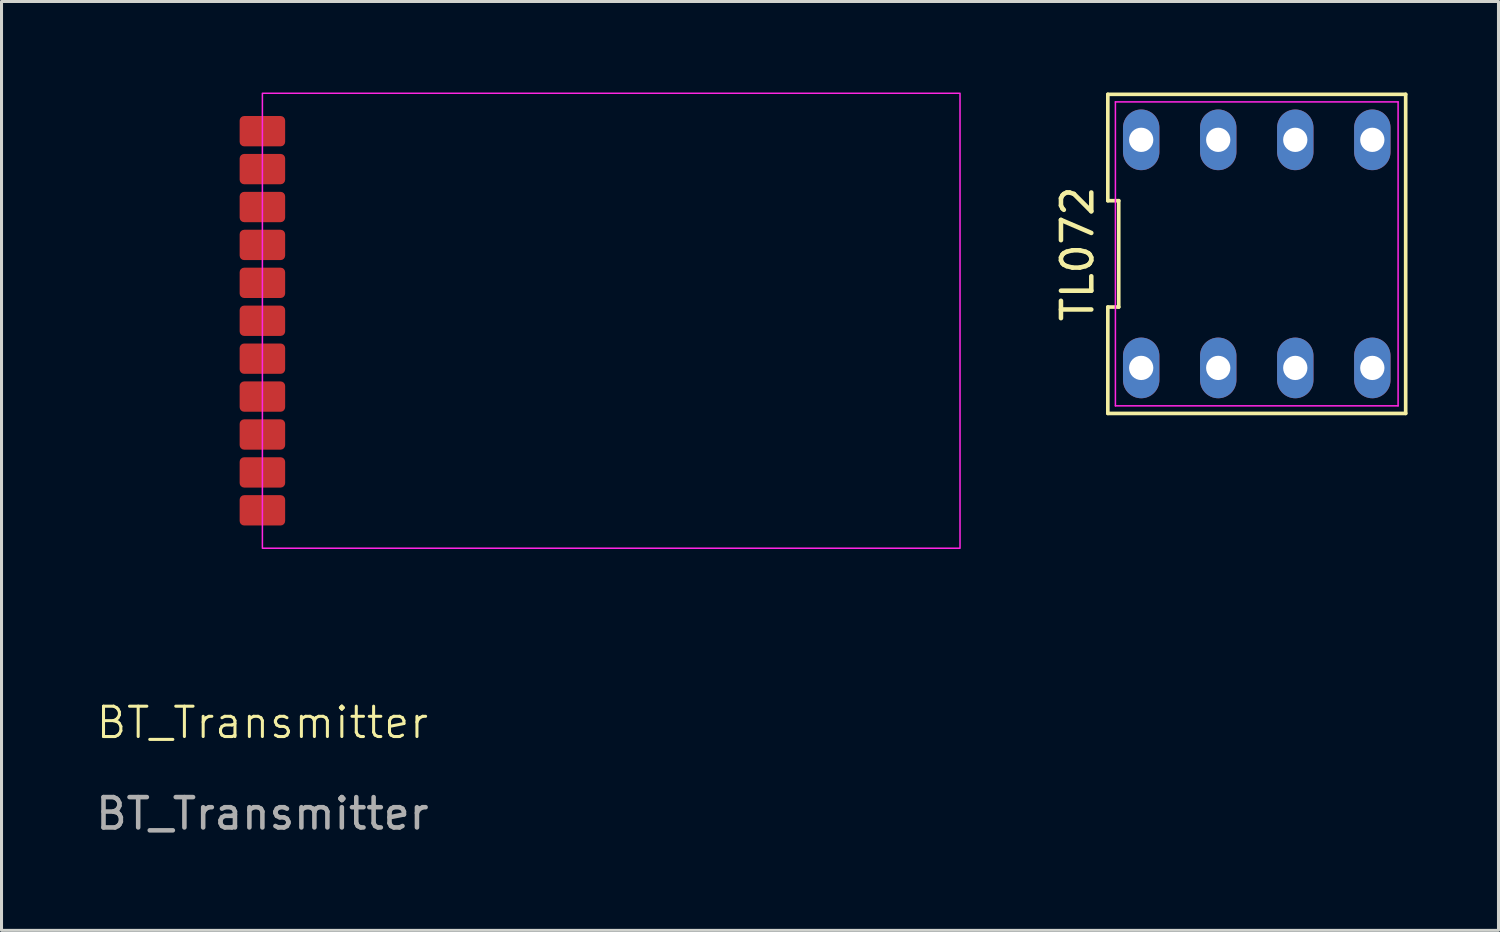
<source format=kicad_pcb>
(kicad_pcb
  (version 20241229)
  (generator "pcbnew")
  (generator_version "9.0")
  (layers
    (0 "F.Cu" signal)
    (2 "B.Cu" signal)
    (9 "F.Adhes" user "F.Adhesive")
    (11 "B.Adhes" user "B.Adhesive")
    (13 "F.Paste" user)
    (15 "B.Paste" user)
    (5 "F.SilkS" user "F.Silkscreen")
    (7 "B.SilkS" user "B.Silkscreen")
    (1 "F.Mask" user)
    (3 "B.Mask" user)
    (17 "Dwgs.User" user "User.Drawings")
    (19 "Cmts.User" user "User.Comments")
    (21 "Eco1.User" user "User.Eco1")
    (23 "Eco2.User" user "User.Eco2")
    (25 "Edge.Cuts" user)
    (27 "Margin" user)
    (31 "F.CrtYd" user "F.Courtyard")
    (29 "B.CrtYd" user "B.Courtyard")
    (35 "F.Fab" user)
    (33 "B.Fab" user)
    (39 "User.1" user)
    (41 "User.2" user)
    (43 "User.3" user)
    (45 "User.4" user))
  (footprint "BT_Transmitter"
    (layer "F.Cu")
    (at 5.601 21.275)
    (property "Reference" "BT_Transmitter" (at 0 -0.5 0) (unlocked yes) (layer "F.SilkS") (effects (font (size 1 1) (thickness 0.1))))
    (attr smd)
    (fp_rect (start 0 -21.25) (end 23 -6.25) (stroke (width 0.05) (type default)) (fill no) (layer "F.CrtYd"))
    (fp_text user "${REFERENCE}" (at 0 2.5 0) (unlocked yes) (layer "F.Fab") (effects (font (size 1 1) (thickness 0.15))))
    (pad "1" smd roundrect (at 0 -20) (size 1.5 1) (layers "F.Cu" "F.Mask" "F.Paste") (roundrect_rratio 0.15))
    (pad "2" smd roundrect (at 0 -18.75) (size 1.5 1) (layers "F.Cu" "F.Mask" "F.Paste") (roundrect_rratio 0.15))
    (pad "3" smd roundrect (at 0 -17.5) (size 1.5 1) (layers "F.Cu" "F.Mask" "F.Paste") (roundrect_rratio 0.15))
    (pad "4" smd roundrect (at 0 -16.25) (size 1.5 1) (layers "F.Cu" "F.Mask" "F.Paste") (roundrect_rratio 0.15))
    (pad "5" smd roundrect (at 0 -15) (size 1.5 1) (layers "F.Cu" "F.Mask" "F.Paste") (roundrect_rratio 0.15))
    (pad "6" smd roundrect (at 0 -13.75) (size 1.5 1) (layers "F.Cu" "F.Mask" "F.Paste") (roundrect_rratio 0.15))
    (pad "7" smd roundrect (at 0 -12.5) (size 1.5 1) (layers "F.Cu" "F.Mask" "F.Paste") (roundrect_rratio 0.15))
    (pad "8" smd roundrect (at 0 -11.25) (size 1.5 1) (layers "F.Cu" "F.Mask" "F.Paste") (roundrect_rratio 0.15))
    (pad "9" smd roundrect (at 0 -10) (size 1.5 1) (layers "F.Cu" "F.Mask" "F.Paste") (roundrect_rratio 0.15))
    (pad "10" smd roundrect (at 0 -8.75) (size 1.5 1) (layers "F.Cu" "F.Mask" "F.Paste") (roundrect_rratio 0.15))
    (pad "11" smd roundrect (at 0 -7.5) (size 1.5 1) (layers "F.Cu" "F.Mask" "F.Paste") (roundrect_rratio 0.15)))
  (footprint "TL072"
    (layer "F.Cu")
    (at 38.384 5.32)
    (property "Reference" "TL072" (at -5.91 0 90) (layer "F.SilkS") (effects (font (size 1 1) (thickness 0.15))))
    (attr through_hole)
    (fp_line (start -4.91 -5.26) (end -4.91 -1.753) (stroke (width 0.12) (type default)) (layer "F.SilkS"))
    (fp_line (start -4.91 -1.753) (end -4.55 -1.753) (stroke (width 0.12) (type default)) (layer "F.SilkS"))
    (fp_line (start -4.91 1.753) (end -4.91 5.26) (stroke (width 0.12) (type default)) (layer "F.SilkS"))
    (fp_line (start -4.91 5.26) (end 4.91 5.26) (stroke (width 0.12) (type default)) (layer "F.SilkS"))
    (fp_line (start -4.55 -1.753) (end -4.55 1.753) (stroke (width 0.12) (type default)) (layer "F.SilkS"))
    (fp_line (start -4.55 1.753) (end -4.91 1.753) (stroke (width 0.12) (type default)) (layer "F.SilkS"))
    (fp_line (start 4.91 -5.26) (end -4.91 -5.26) (stroke (width 0.12) (type default)) (layer "F.SilkS"))
    (fp_line (start 4.91 5.26) (end 4.91 -5.26) (stroke (width 0.12) (type default)) (layer "F.SilkS"))
    (fp_line (start -4.66 -5.01) (end 4.66 -5.01) (stroke (width 0.05) (type default)) (layer "F.CrtYd"))
    (fp_line (start -4.66 5.01) (end -4.66 -5.01) (stroke (width 0.05) (type default)) (layer "F.CrtYd"))
    (fp_line (start 4.66 -5.01) (end 4.66 5.01) (stroke (width 0.05) (type default)) (layer "F.CrtYd"))
    (fp_line (start 4.66 5.01) (end -4.66 5.01) (stroke (width 0.05) (type default)) (layer "F.CrtYd"))
    (pad "1" thru_hole oval (at -3.81 3.76) (size 1.2 2) (drill 0.8) (layers "*.Cu" "*.Mask"))
    (pad "2" thru_hole oval (at -1.27 3.76) (size 1.2 2) (drill 0.8) (layers "*.Cu" "*.Mask"))
    (pad "3" thru_hole oval (at 1.27 3.76) (size 1.2 2) (drill 0.8) (layers "*.Cu" "*.Mask"))
    (pad "4" thru_hole oval (at 3.81 3.76) (size 1.2 2) (drill 0.8) (layers "*.Cu" "*.Mask"))
    (pad "5" thru_hole oval (at 3.81 -3.76) (size 1.2 2) (drill 0.8) (layers "*.Cu" "*.Mask"))
    (pad "6" thru_hole oval (at 1.27 -3.76) (size 1.2 2) (drill 0.8) (layers "*.Cu" "*.Mask"))
    (pad "7" thru_hole oval (at -1.27 -3.76) (size 1.2 2) (drill 0.8) (layers "*.Cu" "*.Mask"))
    (pad "8" thru_hole oval (at -3.81 -3.76) (size 1.2 2) (drill 0.8) (layers "*.Cu" "*.Mask")))
  (gr_rect
    (start -3 -3)
    (end 46.354 27.623)
    (stroke (width 0.1) (type default))
    (fill no)
    (layer "Edge.Cuts")))
</source>
